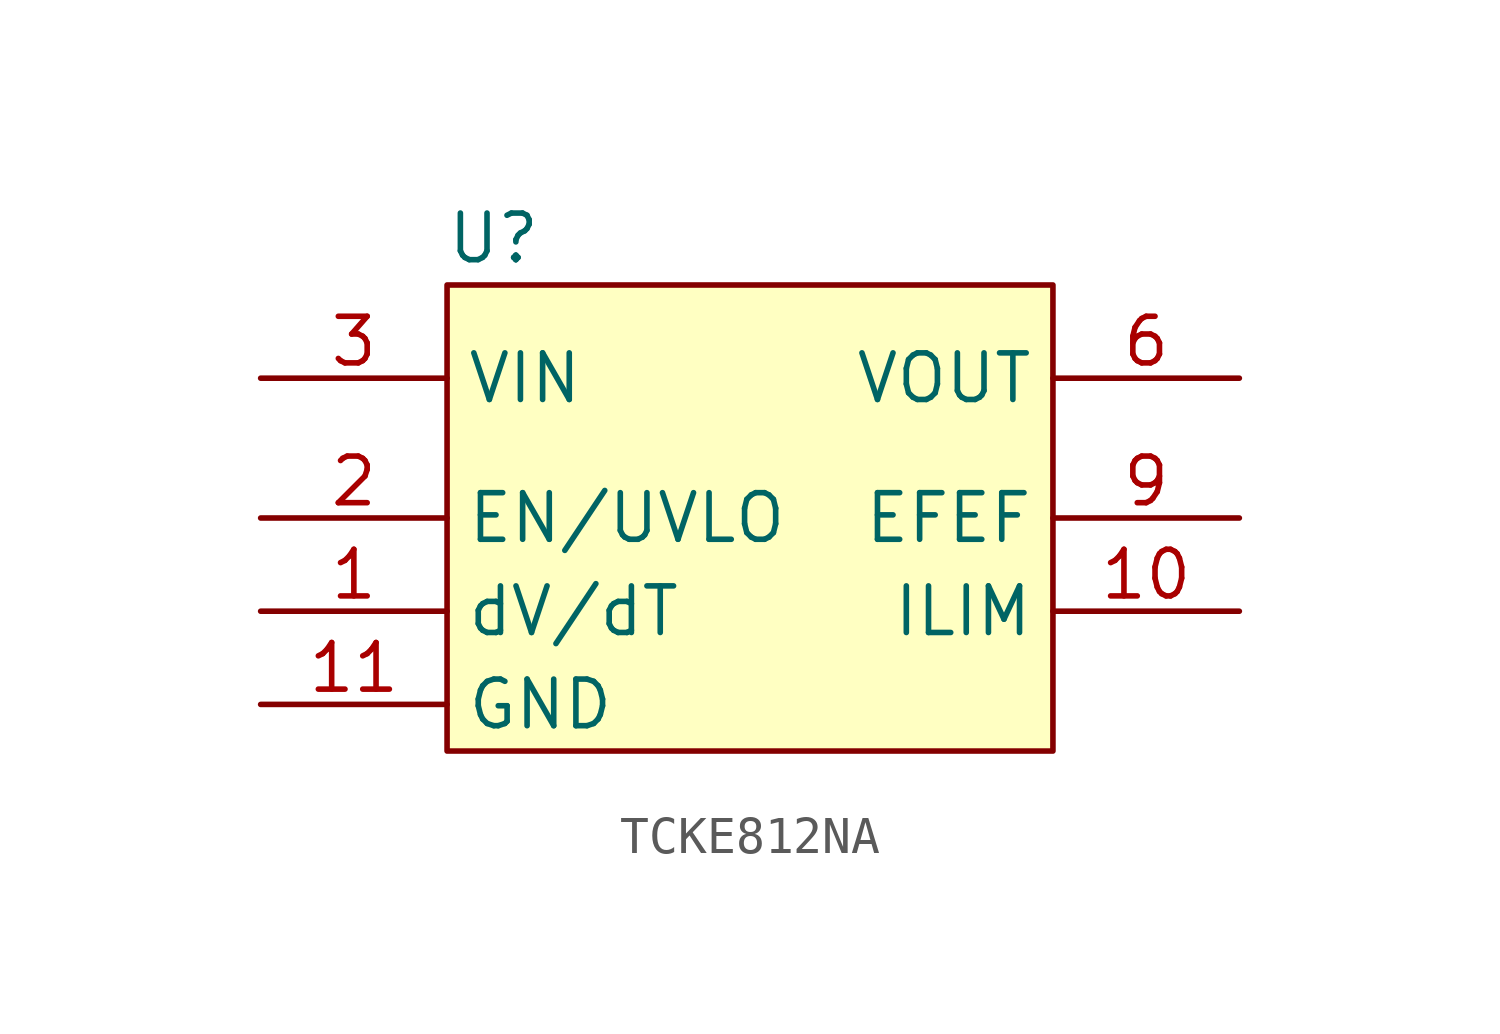
<source format=kicad_sym>
(kicad_symbol_lib
  (version 20241209)
  (generator "kicad_symbol_editor")
  (generator_version "9.0")
  (symbol "TCKE812NA"
    (property "Reference" "U"
      (at 1.27 1.27 0)
      (effects (font (size 1.27 1.27))))
    (property "Value" ""
      (at 0 0 0)
      (effects (font (size 1.27 1.27))))
    (symbol "TCKE812NA_1_1"
      (rectangle (start 0 0) (end 16.51 -12.7) (stroke (width 0) (type solid)) (fill (type background)))
      (pin power_in line (at -5.08 -2.54 0) (length 5.08) (name "VIN" (effects (font (size 1.27 1.27)))) (number "3" (effects (font (size 1.27 1.27)))))
      (pin power_in line (at -5.08 -2.54 0) (length 5.08) (hide yes) (name "VIN" (effects (font (size 1.27 1.27)))) (number "4" (effects (font (size 1.27 1.27)))))
      (pin power_in line (at -5.08 -2.54 0) (length 5.08) (hide yes) (name "VIN" (effects (font (size 1.27 1.27)))) (number "5" (effects (font (size 1.27 1.27)))))
      (pin input line (at -5.08 -6.35 0) (length 5.08) (name "EN/UVLO" (effects (font (size 1.27 1.27)))) (number "2" (effects (font (size 1.27 1.27)))))
      (pin input line (at -5.08 -8.89 0) (length 5.08) (name "dV/dT" (effects (font (size 1.27 1.27)))) (number "1" (effects (font (size 1.27 1.27)))))
      (pin power_in line (at -5.08 -11.43 0) (length 5.08) (name "GND" (effects (font (size 1.27 1.27)))) (number "11" (effects (font (size 1.27 1.27)))))
      (pin power_out line (at 21.59 -2.54 180) (length 5.08) (name "VOUT" (effects (font (size 1.27 1.27)))) (number "6" (effects (font (size 1.27 1.27)))))
      (pin power_out line (at 21.59 -2.54 180) (length 5.08) (hide yes) (name "VOUT" (effects (font (size 1.27 1.27)))) (number "7" (effects (font (size 1.27 1.27)))))
      (pin power_out line (at 21.59 -2.54 180) (length 5.08) (hide yes) (name "VOUT" (effects (font (size 1.27 1.27)))) (number "8" (effects (font (size 1.27 1.27)))))
      (pin input line (at 21.59 -6.35 180) (length 5.08) (name "EFEF" (effects (font (size 1.27 1.27)))) (number "9" (effects (font (size 1.27 1.27)))))
      (pin input line (at 21.59 -8.89 180) (length 5.08) (name "ILIM" (effects (font (size 1.27 1.27)))) (number "10" (effects (font (size 1.27 1.27))))))))
</source>
